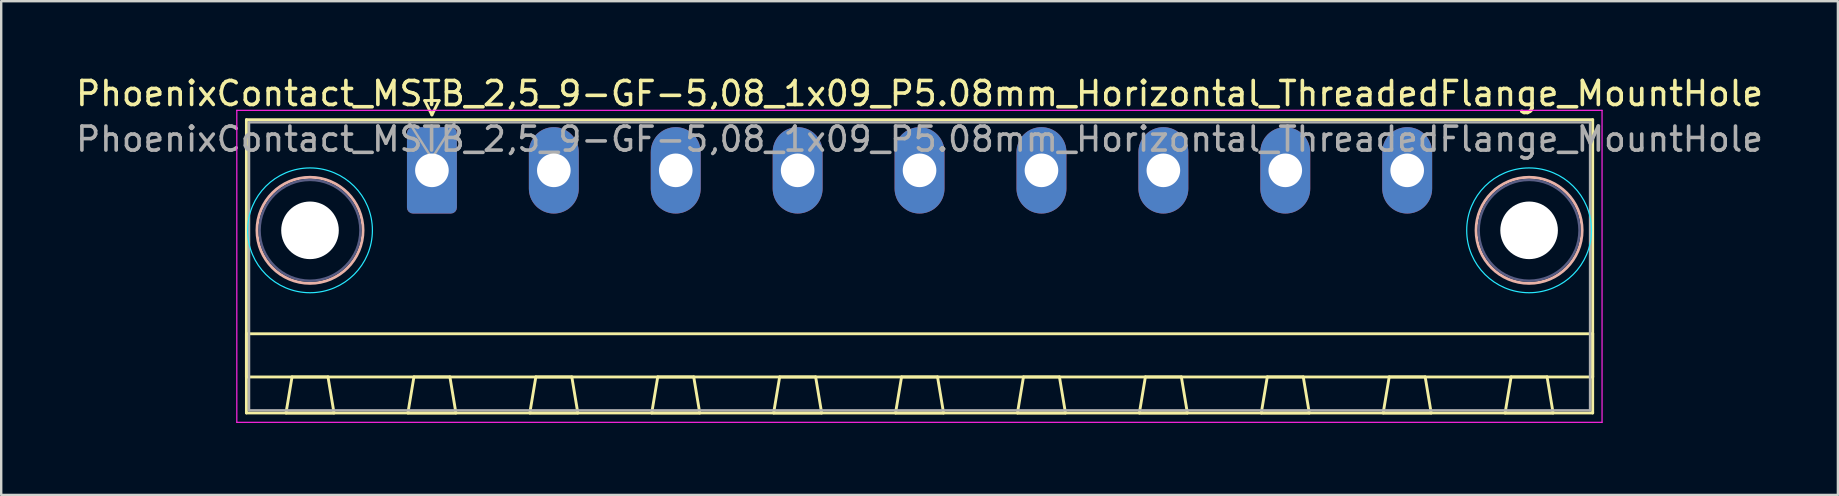
<source format=kicad_pcb>
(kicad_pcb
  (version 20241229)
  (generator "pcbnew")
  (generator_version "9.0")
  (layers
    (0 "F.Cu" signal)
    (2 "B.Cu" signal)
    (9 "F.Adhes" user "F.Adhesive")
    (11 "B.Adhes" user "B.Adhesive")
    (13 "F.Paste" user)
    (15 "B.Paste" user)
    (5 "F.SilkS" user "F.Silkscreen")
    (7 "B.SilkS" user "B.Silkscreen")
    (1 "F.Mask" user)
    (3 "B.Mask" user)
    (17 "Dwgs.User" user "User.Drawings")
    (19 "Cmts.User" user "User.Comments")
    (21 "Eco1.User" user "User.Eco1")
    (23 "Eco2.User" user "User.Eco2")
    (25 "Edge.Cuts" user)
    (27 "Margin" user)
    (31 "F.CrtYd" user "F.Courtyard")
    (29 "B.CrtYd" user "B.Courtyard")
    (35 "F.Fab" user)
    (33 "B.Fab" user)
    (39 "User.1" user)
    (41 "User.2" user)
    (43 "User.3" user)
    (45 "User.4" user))
  (footprint "PhoenixContact_MSTB_2,5_9-GF-5,08_1x09_P5.08mm_Horizontal_ThreadedFlange_MountHole"
    (layer "F.Cu")
    (at 14.948 4.048)
    (property "Reference" "PhoenixContact_MSTB_2,5_9-GF-5,08_1x09_P5.08mm_Horizontal_ThreadedFlange_MountHole" (at 20.32 -3.2 0) (layer "F.SilkS") (effects (font (size 1 1) (thickness 0.15))))
    (attr through_hole)
    (fp_line (start -7.73 -2.11) (end -7.73 10.11) (stroke (width 0.12) (type solid)) (layer "F.SilkS"))
    (fp_line (start -7.73 6.81) (end 48.37 6.81) (stroke (width 0.12) (type solid)) (layer "F.SilkS"))
    (fp_line (start -7.73 8.61) (end -7.73 6.81) (stroke (width 0.12) (type solid)) (layer "F.SilkS"))
    (fp_line (start -7.73 10.11) (end 48.37 10.11) (stroke (width 0.12) (type solid)) (layer "F.SilkS"))
    (fp_line (start -6.08 10.11) (end -4.08 10.11) (stroke (width 0.12) (type solid)) (layer "F.SilkS"))
    (fp_line (start -5.83 8.61) (end -6.08 10.11) (stroke (width 0.12) (type solid)) (layer "F.SilkS"))
    (fp_line (start -4.33 8.61) (end -5.83 8.61) (stroke (width 0.12) (type solid)) (layer "F.SilkS"))
    (fp_line (start -4.08 10.11) (end -4.33 8.61) (stroke (width 0.12) (type solid)) (layer "F.SilkS"))
    (fp_line (start -1 10.11) (end 1 10.11) (stroke (width 0.12) (type solid)) (layer "F.SilkS"))
    (fp_line (start -0.75 8.61) (end -1 10.11) (stroke (width 0.12) (type solid)) (layer "F.SilkS"))
    (fp_line (start -0.3 -2.91) (end 0.3 -2.91) (stroke (width 0.12) (type solid)) (layer "F.SilkS"))
    (fp_line (start 0 -2.31) (end -0.3 -2.91) (stroke (width 0.12) (type solid)) (layer "F.SilkS"))
    (fp_line (start 0.3 -2.91) (end 0 -2.31) (stroke (width 0.12) (type solid)) (layer "F.SilkS"))
    (fp_line (start 0.75 8.61) (end -0.75 8.61) (stroke (width 0.12) (type solid)) (layer "F.SilkS"))
    (fp_line (start 1 10.11) (end 0.75 8.61) (stroke (width 0.12) (type solid)) (layer "F.SilkS"))
    (fp_line (start 4.08 10.11) (end 6.08 10.11) (stroke (width 0.12) (type solid)) (layer "F.SilkS"))
    (fp_line (start 4.33 8.61) (end 4.08 10.11) (stroke (width 0.12) (type solid)) (layer "F.SilkS"))
    (fp_line (start 5.83 8.61) (end 4.33 8.61) (stroke (width 0.12) (type solid)) (layer "F.SilkS"))
    (fp_line (start 6.08 10.11) (end 5.83 8.61) (stroke (width 0.12) (type solid)) (layer "F.SilkS"))
    (fp_line (start 9.16 10.11) (end 11.16 10.11) (stroke (width 0.12) (type solid)) (layer "F.SilkS"))
    (fp_line (start 9.41 8.61) (end 9.16 10.11) (stroke (width 0.12) (type solid)) (layer "F.SilkS"))
    (fp_line (start 10.91 8.61) (end 9.41 8.61) (stroke (width 0.12) (type solid)) (layer "F.SilkS"))
    (fp_line (start 11.16 10.11) (end 10.91 8.61) (stroke (width 0.12) (type solid)) (layer "F.SilkS"))
    (fp_line (start 14.24 10.11) (end 16.24 10.11) (stroke (width 0.12) (type solid)) (layer "F.SilkS"))
    (fp_line (start 14.49 8.61) (end 14.24 10.11) (stroke (width 0.12) (type solid)) (layer "F.SilkS"))
    (fp_line (start 15.99 8.61) (end 14.49 8.61) (stroke (width 0.12) (type solid)) (layer "F.SilkS"))
    (fp_line (start 16.24 10.11) (end 15.99 8.61) (stroke (width 0.12) (type solid)) (layer "F.SilkS"))
    (fp_line (start 19.32 10.11) (end 21.32 10.11) (stroke (width 0.12) (type solid)) (layer "F.SilkS"))
    (fp_line (start 19.57 8.61) (end 19.32 10.11) (stroke (width 0.12) (type solid)) (layer "F.SilkS"))
    (fp_line (start 21.07 8.61) (end 19.57 8.61) (stroke (width 0.12) (type solid)) (layer "F.SilkS"))
    (fp_line (start 21.32 10.11) (end 21.07 8.61) (stroke (width 0.12) (type solid)) (layer "F.SilkS"))
    (fp_line (start 24.4 10.11) (end 26.4 10.11) (stroke (width 0.12) (type solid)) (layer "F.SilkS"))
    (fp_line (start 24.65 8.61) (end 24.4 10.11) (stroke (width 0.12) (type solid)) (layer "F.SilkS"))
    (fp_line (start 26.15 8.61) (end 24.65 8.61) (stroke (width 0.12) (type solid)) (layer "F.SilkS"))
    (fp_line (start 26.4 10.11) (end 26.15 8.61) (stroke (width 0.12) (type solid)) (layer "F.SilkS"))
    (fp_line (start 29.48 10.11) (end 31.48 10.11) (stroke (width 0.12) (type solid)) (layer "F.SilkS"))
    (fp_line (start 29.73 8.61) (end 29.48 10.11) (stroke (width 0.12) (type solid)) (layer "F.SilkS"))
    (fp_line (start 31.23 8.61) (end 29.73 8.61) (stroke (width 0.12) (type solid)) (layer "F.SilkS"))
    (fp_line (start 31.48 10.11) (end 31.23 8.61) (stroke (width 0.12) (type solid)) (layer "F.SilkS"))
    (fp_line (start 34.56 10.11) (end 36.56 10.11) (stroke (width 0.12) (type solid)) (layer "F.SilkS"))
    (fp_line (start 34.81 8.61) (end 34.56 10.11) (stroke (width 0.12) (type solid)) (layer "F.SilkS"))
    (fp_line (start 36.31 8.61) (end 34.81 8.61) (stroke (width 0.12) (type solid)) (layer "F.SilkS"))
    (fp_line (start 36.56 10.11) (end 36.31 8.61) (stroke (width 0.12) (type solid)) (layer "F.SilkS"))
    (fp_line (start 39.64 10.11) (end 41.64 10.11) (stroke (width 0.12) (type solid)) (layer "F.SilkS"))
    (fp_line (start 39.89 8.61) (end 39.64 10.11) (stroke (width 0.12) (type solid)) (layer "F.SilkS"))
    (fp_line (start 41.39 8.61) (end 39.89 8.61) (stroke (width 0.12) (type solid)) (layer "F.SilkS"))
    (fp_line (start 41.64 10.11) (end 41.39 8.61) (stroke (width 0.12) (type solid)) (layer "F.SilkS"))
    (fp_line (start 44.72 10.11) (end 46.72 10.11) (stroke (width 0.12) (type solid)) (layer "F.SilkS"))
    (fp_line (start 44.97 8.61) (end 44.72 10.11) (stroke (width 0.12) (type solid)) (layer "F.SilkS"))
    (fp_line (start 46.47 8.61) (end 44.97 8.61) (stroke (width 0.12) (type solid)) (layer "F.SilkS"))
    (fp_line (start 46.72 10.11) (end 46.47 8.61) (stroke (width 0.12) (type solid)) (layer "F.SilkS"))
    (fp_line (start 48.37 -2.11) (end -7.73 -2.11) (stroke (width 0.12) (type solid)) (layer "F.SilkS"))
    (fp_line (start 48.37 6.81) (end 48.37 8.61) (stroke (width 0.12) (type solid)) (layer "F.SilkS"))
    (fp_line (start 48.37 8.61) (end -7.73 8.61) (stroke (width 0.12) (type solid)) (layer "F.SilkS"))
    (fp_line (start 48.37 10.11) (end 48.37 -2.11) (stroke (width 0.12) (type solid)) (layer "F.SilkS"))
    (fp_circle (center -5.08 2.5) (end -2.87 2.5) (stroke (width 0.12) (type solid)) (fill no) (layer "B.SilkS"))
    (fp_circle (center 45.72 2.5) (end 47.93 2.5) (stroke (width 0.12) (type solid)) (fill no) (layer "B.SilkS"))
    (fp_circle (center -5.08 2.5) (end -2.48 2.5) (stroke (width 0.05) (type solid)) (fill no) (layer "B.CrtYd"))
    (fp_circle (center 45.72 2.5) (end 48.32 2.5) (stroke (width 0.05) (type solid)) (fill no) (layer "B.CrtYd"))
    (fp_line (start -8.13 -2.5) (end -8.13 10.5) (stroke (width 0.05) (type solid)) (layer "F.CrtYd"))
    (fp_line (start -8.13 10.5) (end 48.76 10.5) (stroke (width 0.05) (type solid)) (layer "F.CrtYd"))
    (fp_line (start 48.76 -2.5) (end -8.13 -2.5) (stroke (width 0.05) (type solid)) (layer "F.CrtYd"))
    (fp_line (start 48.76 10.5) (end 48.76 -2.5) (stroke (width 0.05) (type solid)) (layer "F.CrtYd"))
    (fp_circle (center -5.08 2.5) (end -2.98 2.5) (stroke (width 0.1) (type solid)) (fill no) (layer "B.Fab"))
    (fp_circle (center 45.72 2.5) (end 47.82 2.5) (stroke (width 0.1) (type solid)) (fill no) (layer "B.Fab"))
    (fp_line (start -7.62 -2) (end -7.62 10) (stroke (width 0.1) (type solid)) (layer "F.Fab"))
    (fp_line (start -7.62 10) (end 48.26 10) (stroke (width 0.1) (type solid)) (layer "F.Fab"))
    (fp_line (start 0 -0.5) (end -0.95 -2) (stroke (width 0.1) (type solid)) (layer "F.Fab"))
    (fp_line (start 0.95 -2) (end 0 -0.5) (stroke (width 0.1) (type solid)) (layer "F.Fab"))
    (fp_line (start 48.26 -2) (end -7.62 -2) (stroke (width 0.1) (type solid)) (layer "F.Fab"))
    (fp_line (start 48.26 10) (end 48.26 -2) (stroke (width 0.1) (type solid)) (layer "F.Fab"))
    (fp_text user "${REFERENCE}" (at 20.32 -1.3 0) (layer "F.Fab") (effects (font (size 1 1) (thickness 0.15))))
    (pad "" np_thru_hole circle (at -5.08 2.5) (size 2.4 2.4) (drill 2.4) (layers "*.Cu" "*.Mask"))
    (pad "" np_thru_hole circle (at 45.72 2.5) (size 2.4 2.4) (drill 2.4) (layers "*.Cu" "*.Mask"))
    (pad "1" thru_hole roundrect (at 0 0) (size 2.08 3.6) (drill 1.4) (layers "*.Cu" "*.Mask") (roundrect_rratio 0.12))
    (pad "2" thru_hole oval (at 5.08 0) (size 2.08 3.6) (drill 1.4) (layers "*.Cu" "*.Mask"))
    (pad "3" thru_hole oval (at 10.16 0) (size 2.08 3.6) (drill 1.4) (layers "*.Cu" "*.Mask"))
    (pad "4" thru_hole oval (at 15.24 0) (size 2.08 3.6) (drill 1.4) (layers "*.Cu" "*.Mask"))
    (pad "5" thru_hole oval (at 20.32 0) (size 2.08 3.6) (drill 1.4) (layers "*.Cu" "*.Mask"))
    (pad "6" thru_hole oval (at 25.4 0) (size 2.08 3.6) (drill 1.4) (layers "*.Cu" "*.Mask"))
    (pad "7" thru_hole oval (at 30.48 0) (size 2.08 3.6) (drill 1.4) (layers "*.Cu" "*.Mask"))
    (pad "8" thru_hole oval (at 35.56 0) (size 2.08 3.6) (drill 1.4) (layers "*.Cu" "*.Mask"))
    (pad "9" thru_hole oval (at 40.64 0) (size 2.08 3.6) (drill 1.4) (layers "*.Cu" "*.Mask")))
  (gr_rect
    (start -3 -3)
    (end 73.536 17.573)
    (stroke (width 0.1) (type default))
    (fill no)
    (layer "Edge.Cuts")))
</source>
